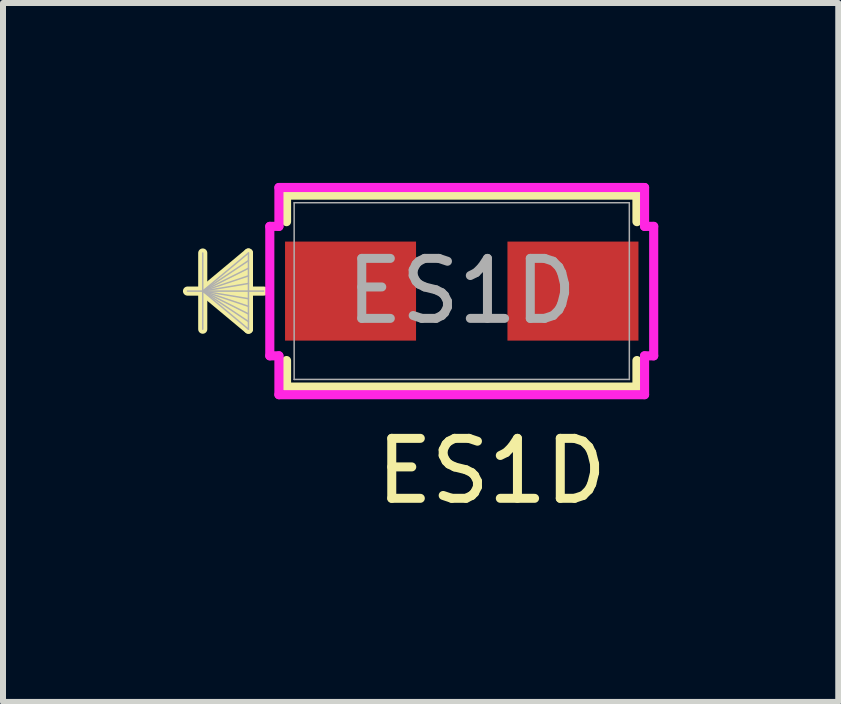
<source format=kicad_pcb>
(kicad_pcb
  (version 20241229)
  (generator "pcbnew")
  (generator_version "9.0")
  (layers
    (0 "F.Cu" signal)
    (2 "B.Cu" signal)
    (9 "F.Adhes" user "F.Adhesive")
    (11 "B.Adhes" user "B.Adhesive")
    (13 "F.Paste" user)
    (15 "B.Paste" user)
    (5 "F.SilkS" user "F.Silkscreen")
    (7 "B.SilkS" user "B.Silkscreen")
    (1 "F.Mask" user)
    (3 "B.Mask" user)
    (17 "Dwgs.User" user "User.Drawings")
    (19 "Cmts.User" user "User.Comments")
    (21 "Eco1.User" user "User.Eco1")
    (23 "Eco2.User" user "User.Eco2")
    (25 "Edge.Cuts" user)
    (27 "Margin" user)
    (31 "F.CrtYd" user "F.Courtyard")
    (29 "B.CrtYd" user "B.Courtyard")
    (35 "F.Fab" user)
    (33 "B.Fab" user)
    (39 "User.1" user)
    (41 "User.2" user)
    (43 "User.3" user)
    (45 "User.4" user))
  (footprint "ES1D"
    (layer "F.Cu")
    (at 4.648 1.803)
    (property "Reference" "ES1D" (at 0.5 3 0) (unlocked yes) (layer "F.SilkS") (effects (font (size 1 1) (thickness 0.15))))
    (attr smd)
    (fp_line (start -4.318 -0.635) (end -4.318 0.635) (stroke (width 0.152) (type solid)) (layer "F.SilkS"))
    (fp_line (start -4.318 0) (end -3.556 -0.635) (stroke (width 0.152) (type solid)) (layer "F.SilkS"))
    (fp_line (start -4.318 0) (end -3.556 -0.508) (stroke (width 0.152) (type solid)) (layer "F.SilkS"))
    (fp_line (start -4.318 0) (end -3.556 -0.381) (stroke (width 0.152) (type solid)) (layer "F.SilkS"))
    (fp_line (start -4.318 0) (end -3.556 -0.254) (stroke (width 0.152) (type solid)) (layer "F.SilkS"))
    (fp_line (start -4.318 0) (end -3.556 -0.127) (stroke (width 0.152) (type solid)) (layer "F.SilkS"))
    (fp_line (start -4.318 0) (end -3.556 0.127) (stroke (width 0.152) (type solid)) (layer "F.SilkS"))
    (fp_line (start -4.318 0) (end -3.556 0.254) (stroke (width 0.152) (type solid)) (layer "F.SilkS"))
    (fp_line (start -4.318 0) (end -3.556 0.381) (stroke (width 0.152) (type solid)) (layer "F.SilkS"))
    (fp_line (start -4.318 0) (end -3.556 0.508) (stroke (width 0.152) (type solid)) (layer "F.SilkS"))
    (fp_line (start -4.318 0) (end -3.556 0.635) (stroke (width 0.152) (type solid)) (layer "F.SilkS"))
    (fp_line (start -3.556 -0.635) (end -3.556 0.635) (stroke (width 0.152) (type solid)) (layer "F.SilkS"))
    (fp_line (start -3.302 0) (end -4.572 0) (stroke (width 0.152) (type solid)) (layer "F.SilkS"))
    (fp_line (start -2.921 -1.6) (end -2.921 -1.158) (stroke (width 0.152) (type solid)) (layer "F.SilkS"))
    (fp_line (start -2.921 1.158) (end -2.921 1.6) (stroke (width 0.152) (type solid)) (layer "F.SilkS"))
    (fp_line (start -2.921 1.6) (end 2.921 1.6) (stroke (width 0.152) (type solid)) (layer "F.SilkS"))
    (fp_line (start 2.921 -1.6) (end -2.921 -1.6) (stroke (width 0.152) (type solid)) (layer "F.SilkS"))
    (fp_line (start 2.921 -1.158) (end 2.921 -1.6) (stroke (width 0.152) (type solid)) (layer "F.SilkS"))
    (fp_line (start 2.921 1.6) (end 2.921 1.158) (stroke (width 0.152) (type solid)) (layer "F.SilkS"))
    (fp_line (start -3.2 -1.079) (end -3.048 -1.079) (stroke (width 0.152) (type solid)) (layer "F.CrtYd"))
    (fp_line (start -3.2 1.079) (end -3.2 -1.079) (stroke (width 0.152) (type solid)) (layer "F.CrtYd"))
    (fp_line (start -3.048 -1.727) (end 3.048 -1.727) (stroke (width 0.152) (type solid)) (layer "F.CrtYd"))
    (fp_line (start -3.048 -1.079) (end -3.048 -1.727) (stroke (width 0.152) (type solid)) (layer "F.CrtYd"))
    (fp_line (start -3.048 1.079) (end -3.2 1.079) (stroke (width 0.152) (type solid)) (layer "F.CrtYd"))
    (fp_line (start -3.048 1.727) (end -3.048 1.079) (stroke (width 0.152) (type solid)) (layer "F.CrtYd"))
    (fp_line (start 3.048 -1.727) (end 3.048 -1.079) (stroke (width 0.152) (type solid)) (layer "F.CrtYd"))
    (fp_line (start 3.048 -1.079) (end 3.2 -1.079) (stroke (width 0.152) (type solid)) (layer "F.CrtYd"))
    (fp_line (start 3.048 1.079) (end 3.048 1.727) (stroke (width 0.152) (type solid)) (layer "F.CrtYd"))
    (fp_line (start 3.048 1.727) (end -3.048 1.727) (stroke (width 0.152) (type solid)) (layer "F.CrtYd"))
    (fp_line (start 3.2 -1.079) (end 3.2 1.079) (stroke (width 0.152) (type solid)) (layer "F.CrtYd"))
    (fp_line (start 3.2 1.079) (end 3.048 1.079) (stroke (width 0.152) (type solid)) (layer "F.CrtYd"))
    (fp_line (start -4.318 -0.635) (end -4.318 0.635) (stroke (width 0.025) (type solid)) (layer "F.Fab"))
    (fp_line (start -4.318 0) (end -3.556 -0.635) (stroke (width 0.025) (type solid)) (layer "F.Fab"))
    (fp_line (start -4.318 0) (end -3.556 -0.508) (stroke (width 0.025) (type solid)) (layer "F.Fab"))
    (fp_line (start -4.318 0) (end -3.556 -0.381) (stroke (width 0.025) (type solid)) (layer "F.Fab"))
    (fp_line (start -4.318 0) (end -3.556 -0.254) (stroke (width 0.025) (type solid)) (layer "F.Fab"))
    (fp_line (start -4.318 0) (end -3.556 -0.127) (stroke (width 0.025) (type solid)) (layer "F.Fab"))
    (fp_line (start -4.318 0) (end -3.556 0.127) (stroke (width 0.025) (type solid)) (layer "F.Fab"))
    (fp_line (start -4.318 0) (end -3.556 0.254) (stroke (width 0.025) (type solid)) (layer "F.Fab"))
    (fp_line (start -4.318 0) (end -3.556 0.381) (stroke (width 0.025) (type solid)) (layer "F.Fab"))
    (fp_line (start -4.318 0) (end -3.556 0.508) (stroke (width 0.025) (type solid)) (layer "F.Fab"))
    (fp_line (start -4.318 0) (end -3.556 0.635) (stroke (width 0.025) (type solid)) (layer "F.Fab"))
    (fp_line (start -3.556 -0.635) (end -3.556 0.635) (stroke (width 0.025) (type solid)) (layer "F.Fab"))
    (fp_line (start -3.302 0) (end -4.572 0) (stroke (width 0.025) (type solid)) (layer "F.Fab"))
    (fp_line (start -2.794 -1.473) (end -2.794 1.473) (stroke (width 0.025) (type solid)) (layer "F.Fab"))
    (fp_line (start -2.794 1.473) (end 2.794 1.473) (stroke (width 0.025) (type solid)) (layer "F.Fab"))
    (fp_line (start 2.794 -1.473) (end -2.794 -1.473) (stroke (width 0.025) (type solid)) (layer "F.Fab"))
    (fp_line (start 2.794 1.473) (end 2.794 -1.473) (stroke (width 0.025) (type solid)) (layer "F.Fab"))
    (fp_text user "${REFERENCE}" (at 0 0 0) (unlocked yes) (layer "F.Fab") (effects (font (size 1 1) (thickness 0.15))))
    (pad "1" smd rect (at -1.854 0 90) (size 1.651 2.184) (layers "F.Cu" "F.Mask" "F.Paste"))
    (pad "2" smd rect (at 1.854 0 90) (size 1.651 2.184) (layers "F.Cu" "F.Mask" "F.Paste"))
    (zone (net_name "") (layer "F.Cu") (hatch full 0.508) (connect_pads) (min_thickness 0.254) (filled_areas_thickness no) (keepout (tracks not_allowed) (vias not_allowed) (pads allowed) (copperpour not_allowed) (footprints allowed)) (placement (enabled no)) (fill) (polygon (pts (xy 1.905 0.381) (xy 7.391 0.381) (xy 7.391 0.927) (xy 1.905 0.927))))
    (zone (net_name "") (layer "F.Cu") (hatch full 0.508) (connect_pads) (min_thickness 0.254) (filled_areas_thickness no) (keepout (tracks not_allowed) (vias not_allowed) (pads allowed) (copperpour not_allowed) (footprints allowed)) (placement (enabled no)) (fill) (polygon (pts (xy 1.905 2.68) (xy 7.391 2.68) (xy 7.391 3.226) (xy 1.905 3.226))))
    (zone (net_name "") (layer "F.Cu") (hatch full 0.508) (connect_pads) (min_thickness 0.254) (filled_areas_thickness no) (keepout (tracks not_allowed) (vias not_allowed) (pads allowed) (copperpour not_allowed) (footprints allowed)) (placement (enabled no)) (fill) (polygon (pts (xy 3.937 0.927) (xy 5.359 0.927) (xy 5.359 2.68) (xy 3.937 2.68)))))
  (gr_rect
    (start -3 -3)
    (end 10.925 8.652)
    (stroke (width 0.1) (type default))
    (fill no)
    (layer "Edge.Cuts")))
</source>
